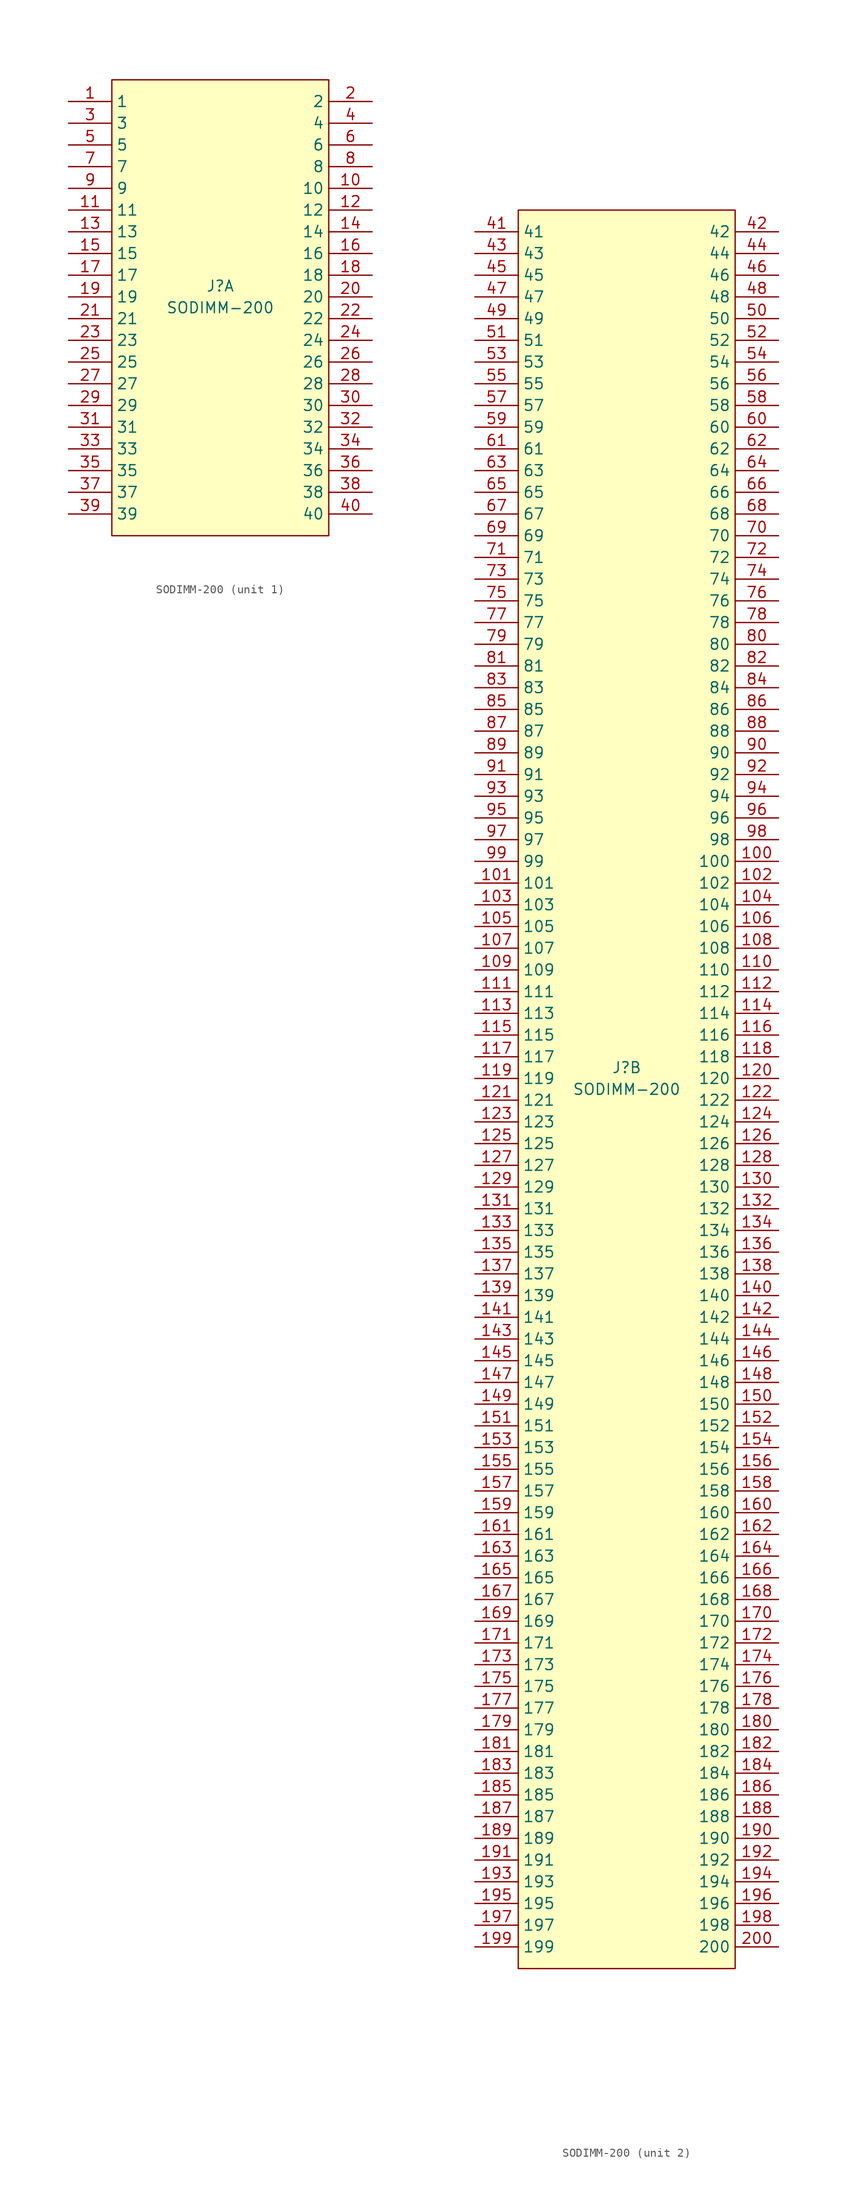
<source format=kicad_sym>
(kicad_symbol_lib
  (version 20220914)
  (generator kicad_symbol_editor)
  (symbol "SODIMM-200"
    (property "Reference" "J"
      (at 0 1.27 0)
      (effects (font (size 1.27 1.27))))
    (property "Value" "SODIMM-200"
      (at 0 -1.27 0)
      (effects (font (size 1.27 1.27))))
    (property "ki_locked" ""
      (at 0 0 0)
      (effects (font (size 1.27 1.27))))
    (symbol "SODIMM-200_1_1"
      (rectangle (start -12.7 25.4) (end 12.7 -27.94) (stroke (width 0) (type solid)) (fill (type background)))
      (pin passive line (at -17.78 22.86 0) (length 5.08) (name "1" (effects (font (size 1.27 1.27)))) (number "1" (effects (font (size 1.27 1.27)))))
      (pin passive line (at 17.78 12.7 180) (length 5.08) (name "10" (effects (font (size 1.27 1.27)))) (number "10" (effects (font (size 1.27 1.27)))))
      (pin passive line (at -17.78 10.16 0) (length 5.08) (name "11" (effects (font (size 1.27 1.27)))) (number "11" (effects (font (size 1.27 1.27)))))
      (pin passive line (at 17.78 10.16 180) (length 5.08) (name "12" (effects (font (size 1.27 1.27)))) (number "12" (effects (font (size 1.27 1.27)))))
      (pin passive line (at -17.78 7.62 0) (length 5.08) (name "13" (effects (font (size 1.27 1.27)))) (number "13" (effects (font (size 1.27 1.27)))))
      (pin passive line (at 17.78 7.62 180) (length 5.08) (name "14" (effects (font (size 1.27 1.27)))) (number "14" (effects (font (size 1.27 1.27)))))
      (pin passive line (at -17.78 5.08 0) (length 5.08) (name "15" (effects (font (size 1.27 1.27)))) (number "15" (effects (font (size 1.27 1.27)))))
      (pin passive line (at 17.78 5.08 180) (length 5.08) (name "16" (effects (font (size 1.27 1.27)))) (number "16" (effects (font (size 1.27 1.27)))))
      (pin passive line (at -17.78 2.54 0) (length 5.08) (name "17" (effects (font (size 1.27 1.27)))) (number "17" (effects (font (size 1.27 1.27)))))
      (pin passive line (at 17.78 2.54 180) (length 5.08) (name "18" (effects (font (size 1.27 1.27)))) (number "18" (effects (font (size 1.27 1.27)))))
      (pin passive line (at -17.78 0 0) (length 5.08) (name "19" (effects (font (size 1.27 1.27)))) (number "19" (effects (font (size 1.27 1.27)))))
      (pin passive line (at 17.78 22.86 180) (length 5.08) (name "2" (effects (font (size 1.27 1.27)))) (number "2" (effects (font (size 1.27 1.27)))))
      (pin passive line (at 17.78 0 180) (length 5.08) (name "20" (effects (font (size 1.27 1.27)))) (number "20" (effects (font (size 1.27 1.27)))))
      (pin passive line (at -17.78 -2.54 0) (length 5.08) (name "21" (effects (font (size 1.27 1.27)))) (number "21" (effects (font (size 1.27 1.27)))))
      (pin passive line (at 17.78 -2.54 180) (length 5.08) (name "22" (effects (font (size 1.27 1.27)))) (number "22" (effects (font (size 1.27 1.27)))))
      (pin passive line (at -17.78 -5.08 0) (length 5.08) (name "23" (effects (font (size 1.27 1.27)))) (number "23" (effects (font (size 1.27 1.27)))))
      (pin passive line (at 17.78 -5.08 180) (length 5.08) (name "24" (effects (font (size 1.27 1.27)))) (number "24" (effects (font (size 1.27 1.27)))))
      (pin passive line (at -17.78 -7.62 0) (length 5.08) (name "25" (effects (font (size 1.27 1.27)))) (number "25" (effects (font (size 1.27 1.27)))))
      (pin passive line (at 17.78 -7.62 180) (length 5.08) (name "26" (effects (font (size 1.27 1.27)))) (number "26" (effects (font (size 1.27 1.27)))))
      (pin passive line (at -17.78 -10.16 0) (length 5.08) (name "27" (effects (font (size 1.27 1.27)))) (number "27" (effects (font (size 1.27 1.27)))))
      (pin passive line (at 17.78 -10.16 180) (length 5.08) (name "28" (effects (font (size 1.27 1.27)))) (number "28" (effects (font (size 1.27 1.27)))))
      (pin passive line (at -17.78 -12.7 0) (length 5.08) (name "29" (effects (font (size 1.27 1.27)))) (number "29" (effects (font (size 1.27 1.27)))))
      (pin passive line (at -17.78 20.32 0) (length 5.08) (name "3" (effects (font (size 1.27 1.27)))) (number "3" (effects (font (size 1.27 1.27)))))
      (pin passive line (at 17.78 -12.7 180) (length 5.08) (name "30" (effects (font (size 1.27 1.27)))) (number "30" (effects (font (size 1.27 1.27)))))
      (pin passive line (at -17.78 -15.24 0) (length 5.08) (name "31" (effects (font (size 1.27 1.27)))) (number "31" (effects (font (size 1.27 1.27)))))
      (pin passive line (at 17.78 -15.24 180) (length 5.08) (name "32" (effects (font (size 1.27 1.27)))) (number "32" (effects (font (size 1.27 1.27)))))
      (pin passive line (at -17.78 -17.78 0) (length 5.08) (name "33" (effects (font (size 1.27 1.27)))) (number "33" (effects (font (size 1.27 1.27)))))
      (pin passive line (at 17.78 -17.78 180) (length 5.08) (name "34" (effects (font (size 1.27 1.27)))) (number "34" (effects (font (size 1.27 1.27)))))
      (pin passive line (at -17.78 -20.32 0) (length 5.08) (name "35" (effects (font (size 1.27 1.27)))) (number "35" (effects (font (size 1.27 1.27)))))
      (pin passive line (at 17.78 -20.32 180) (length 5.08) (name "36" (effects (font (size 1.27 1.27)))) (number "36" (effects (font (size 1.27 1.27)))))
      (pin passive line (at -17.78 -22.86 0) (length 5.08) (name "37" (effects (font (size 1.27 1.27)))) (number "37" (effects (font (size 1.27 1.27)))))
      (pin passive line (at 17.78 -22.86 180) (length 5.08) (name "38" (effects (font (size 1.27 1.27)))) (number "38" (effects (font (size 1.27 1.27)))))
      (pin passive line (at -17.78 -25.4 0) (length 5.08) (name "39" (effects (font (size 1.27 1.27)))) (number "39" (effects (font (size 1.27 1.27)))))
      (pin passive line (at 17.78 20.32 180) (length 5.08) (name "4" (effects (font (size 1.27 1.27)))) (number "4" (effects (font (size 1.27 1.27)))))
      (pin passive line (at 17.78 -25.4 180) (length 5.08) (name "40" (effects (font (size 1.27 1.27)))) (number "40" (effects (font (size 1.27 1.27)))))
      (pin passive line (at -17.78 17.78 0) (length 5.08) (name "5" (effects (font (size 1.27 1.27)))) (number "5" (effects (font (size 1.27 1.27)))))
      (pin passive line (at 17.78 17.78 180) (length 5.08) (name "6" (effects (font (size 1.27 1.27)))) (number "6" (effects (font (size 1.27 1.27)))))
      (pin passive line (at -17.78 15.24 0) (length 5.08) (name "7" (effects (font (size 1.27 1.27)))) (number "7" (effects (font (size 1.27 1.27)))))
      (pin passive line (at 17.78 15.24 180) (length 5.08) (name "8" (effects (font (size 1.27 1.27)))) (number "8" (effects (font (size 1.27 1.27)))))
      (pin passive line (at -17.78 12.7 0) (length 5.08) (name "9" (effects (font (size 1.27 1.27)))) (number "9" (effects (font (size 1.27 1.27))))))
    (symbol "SODIMM-200_2_1"
      (rectangle (start -12.7 -104.14) (end 12.7 101.6) (stroke (width 0) (type solid)) (fill (type background)))
      (pin passive line (at 17.78 25.4 180) (length 5.08) (name "100" (effects (font (size 1.27 1.27)))) (number "100" (effects (font (size 1.27 1.27)))))
      (pin passive line (at -17.78 22.86 0) (length 5.08) (name "101" (effects (font (size 1.27 1.27)))) (number "101" (effects (font (size 1.27 1.27)))))
      (pin passive line (at 17.78 22.86 180) (length 5.08) (name "102" (effects (font (size 1.27 1.27)))) (number "102" (effects (font (size 1.27 1.27)))))
      (pin passive line (at -17.78 20.32 0) (length 5.08) (name "103" (effects (font (size 1.27 1.27)))) (number "103" (effects (font (size 1.27 1.27)))))
      (pin passive line (at 17.78 20.32 180) (length 5.08) (name "104" (effects (font (size 1.27 1.27)))) (number "104" (effects (font (size 1.27 1.27)))))
      (pin passive line (at -17.78 17.78 0) (length 5.08) (name "105" (effects (font (size 1.27 1.27)))) (number "105" (effects (font (size 1.27 1.27)))))
      (pin passive line (at 17.78 17.78 180) (length 5.08) (name "106" (effects (font (size 1.27 1.27)))) (number "106" (effects (font (size 1.27 1.27)))))
      (pin passive line (at -17.78 15.24 0) (length 5.08) (name "107" (effects (font (size 1.27 1.27)))) (number "107" (effects (font (size 1.27 1.27)))))
      (pin passive line (at 17.78 15.24 180) (length 5.08) (name "108" (effects (font (size 1.27 1.27)))) (number "108" (effects (font (size 1.27 1.27)))))
      (pin passive line (at -17.78 12.7 0) (length 5.08) (name "109" (effects (font (size 1.27 1.27)))) (number "109" (effects (font (size 1.27 1.27)))))
      (pin passive line (at 17.78 12.7 180) (length 5.08) (name "110" (effects (font (size 1.27 1.27)))) (number "110" (effects (font (size 1.27 1.27)))))
      (pin passive line (at -17.78 10.16 0) (length 5.08) (name "111" (effects (font (size 1.27 1.27)))) (number "111" (effects (font (size 1.27 1.27)))))
      (pin passive line (at 17.78 10.16 180) (length 5.08) (name "112" (effects (font (size 1.27 1.27)))) (number "112" (effects (font (size 1.27 1.27)))))
      (pin passive line (at -17.78 7.62 0) (length 5.08) (name "113" (effects (font (size 1.27 1.27)))) (number "113" (effects (font (size 1.27 1.27)))))
      (pin passive line (at 17.78 7.62 180) (length 5.08) (name "114" (effects (font (size 1.27 1.27)))) (number "114" (effects (font (size 1.27 1.27)))))
      (pin passive line (at -17.78 5.08 0) (length 5.08) (name "115" (effects (font (size 1.27 1.27)))) (number "115" (effects (font (size 1.27 1.27)))))
      (pin passive line (at 17.78 5.08 180) (length 5.08) (name "116" (effects (font (size 1.27 1.27)))) (number "116" (effects (font (size 1.27 1.27)))))
      (pin passive line (at -17.78 2.54 0) (length 5.08) (name "117" (effects (font (size 1.27 1.27)))) (number "117" (effects (font (size 1.27 1.27)))))
      (pin passive line (at 17.78 2.54 180) (length 5.08) (name "118" (effects (font (size 1.27 1.27)))) (number "118" (effects (font (size 1.27 1.27)))))
      (pin passive line (at -17.78 0 0) (length 5.08) (name "119" (effects (font (size 1.27 1.27)))) (number "119" (effects (font (size 1.27 1.27)))))
      (pin passive line (at 17.78 0 180) (length 5.08) (name "120" (effects (font (size 1.27 1.27)))) (number "120" (effects (font (size 1.27 1.27)))))
      (pin passive line (at -17.78 -2.54 0) (length 5.08) (name "121" (effects (font (size 1.27 1.27)))) (number "121" (effects (font (size 1.27 1.27)))))
      (pin passive line (at 17.78 -2.54 180) (length 5.08) (name "122" (effects (font (size 1.27 1.27)))) (number "122" (effects (font (size 1.27 1.27)))))
      (pin passive line (at -17.78 -5.08 0) (length 5.08) (name "123" (effects (font (size 1.27 1.27)))) (number "123" (effects (font (size 1.27 1.27)))))
      (pin passive line (at 17.78 -5.08 180) (length 5.08) (name "124" (effects (font (size 1.27 1.27)))) (number "124" (effects (font (size 1.27 1.27)))))
      (pin passive line (at -17.78 -7.62 0) (length 5.08) (name "125" (effects (font (size 1.27 1.27)))) (number "125" (effects (font (size 1.27 1.27)))))
      (pin passive line (at 17.78 -7.62 180) (length 5.08) (name "126" (effects (font (size 1.27 1.27)))) (number "126" (effects (font (size 1.27 1.27)))))
      (pin passive line (at -17.78 -10.16 0) (length 5.08) (name "127" (effects (font (size 1.27 1.27)))) (number "127" (effects (font (size 1.27 1.27)))))
      (pin passive line (at 17.78 -10.16 180) (length 5.08) (name "128" (effects (font (size 1.27 1.27)))) (number "128" (effects (font (size 1.27 1.27)))))
      (pin passive line (at -17.78 -12.7 0) (length 5.08) (name "129" (effects (font (size 1.27 1.27)))) (number "129" (effects (font (size 1.27 1.27)))))
      (pin passive line (at 17.78 -12.7 180) (length 5.08) (name "130" (effects (font (size 1.27 1.27)))) (number "130" (effects (font (size 1.27 1.27)))))
      (pin passive line (at -17.78 -15.24 0) (length 5.08) (name "131" (effects (font (size 1.27 1.27)))) (number "131" (effects (font (size 1.27 1.27)))))
      (pin passive line (at 17.78 -15.24 180) (length 5.08) (name "132" (effects (font (size 1.27 1.27)))) (number "132" (effects (font (size 1.27 1.27)))))
      (pin passive line (at -17.78 -17.78 0) (length 5.08) (name "133" (effects (font (size 1.27 1.27)))) (number "133" (effects (font (size 1.27 1.27)))))
      (pin passive line (at 17.78 -17.78 180) (length 5.08) (name "134" (effects (font (size 1.27 1.27)))) (number "134" (effects (font (size 1.27 1.27)))))
      (pin passive line (at -17.78 -20.32 0) (length 5.08) (name "135" (effects (font (size 1.27 1.27)))) (number "135" (effects (font (size 1.27 1.27)))))
      (pin passive line (at 17.78 -20.32 180) (length 5.08) (name "136" (effects (font (size 1.27 1.27)))) (number "136" (effects (font (size 1.27 1.27)))))
      (pin passive line (at -17.78 -22.86 0) (length 5.08) (name "137" (effects (font (size 1.27 1.27)))) (number "137" (effects (font (size 1.27 1.27)))))
      (pin passive line (at 17.78 -22.86 180) (length 5.08) (name "138" (effects (font (size 1.27 1.27)))) (number "138" (effects (font (size 1.27 1.27)))))
      (pin passive line (at -17.78 -25.4 0) (length 5.08) (name "139" (effects (font (size 1.27 1.27)))) (number "139" (effects (font (size 1.27 1.27)))))
      (pin passive line (at 17.78 -25.4 180) (length 5.08) (name "140" (effects (font (size 1.27 1.27)))) (number "140" (effects (font (size 1.27 1.27)))))
      (pin passive line (at -17.78 -27.94 0) (length 5.08) (name "141" (effects (font (size 1.27 1.27)))) (number "141" (effects (font (size 1.27 1.27)))))
      (pin passive line (at 17.78 -27.94 180) (length 5.08) (name "142" (effects (font (size 1.27 1.27)))) (number "142" (effects (font (size 1.27 1.27)))))
      (pin passive line (at -17.78 -30.48 0) (length 5.08) (name "143" (effects (font (size 1.27 1.27)))) (number "143" (effects (font (size 1.27 1.27)))))
      (pin passive line (at 17.78 -30.48 180) (length 5.08) (name "144" (effects (font (size 1.27 1.27)))) (number "144" (effects (font (size 1.27 1.27)))))
      (pin passive line (at -17.78 -33.02 0) (length 5.08) (name "145" (effects (font (size 1.27 1.27)))) (number "145" (effects (font (size 1.27 1.27)))))
      (pin passive line (at 17.78 -33.02 180) (length 5.08) (name "146" (effects (font (size 1.27 1.27)))) (number "146" (effects (font (size 1.27 1.27)))))
      (pin passive line (at -17.78 -35.56 0) (length 5.08) (name "147" (effects (font (size 1.27 1.27)))) (number "147" (effects (font (size 1.27 1.27)))))
      (pin passive line (at 17.78 -35.56 180) (length 5.08) (name "148" (effects (font (size 1.27 1.27)))) (number "148" (effects (font (size 1.27 1.27)))))
      (pin passive line (at -17.78 -38.1 0) (length 5.08) (name "149" (effects (font (size 1.27 1.27)))) (number "149" (effects (font (size 1.27 1.27)))))
      (pin passive line (at 17.78 -38.1 180) (length 5.08) (name "150" (effects (font (size 1.27 1.27)))) (number "150" (effects (font (size 1.27 1.27)))))
      (pin passive line (at -17.78 -40.64 0) (length 5.08) (name "151" (effects (font (size 1.27 1.27)))) (number "151" (effects (font (size 1.27 1.27)))))
      (pin passive line (at 17.78 -40.64 180) (length 5.08) (name "152" (effects (font (size 1.27 1.27)))) (number "152" (effects (font (size 1.27 1.27)))))
      (pin passive line (at -17.78 -43.18 0) (length 5.08) (name "153" (effects (font (size 1.27 1.27)))) (number "153" (effects (font (size 1.27 1.27)))))
      (pin passive line (at 17.78 -43.18 180) (length 5.08) (name "154" (effects (font (size 1.27 1.27)))) (number "154" (effects (font (size 1.27 1.27)))))
      (pin passive line (at -17.78 -45.72 0) (length 5.08) (name "155" (effects (font (size 1.27 1.27)))) (number "155" (effects (font (size 1.27 1.27)))))
      (pin passive line (at 17.78 -45.72 180) (length 5.08) (name "156" (effects (font (size 1.27 1.27)))) (number "156" (effects (font (size 1.27 1.27)))))
      (pin passive line (at -17.78 -48.26 0) (length 5.08) (name "157" (effects (font (size 1.27 1.27)))) (number "157" (effects (font (size 1.27 1.27)))))
      (pin passive line (at 17.78 -48.26 180) (length 5.08) (name "158" (effects (font (size 1.27 1.27)))) (number "158" (effects (font (size 1.27 1.27)))))
      (pin passive line (at -17.78 -50.8 0) (length 5.08) (name "159" (effects (font (size 1.27 1.27)))) (number "159" (effects (font (size 1.27 1.27)))))
      (pin passive line (at 17.78 -50.8 180) (length 5.08) (name "160" (effects (font (size 1.27 1.27)))) (number "160" (effects (font (size 1.27 1.27)))))
      (pin passive line (at -17.78 -53.34 0) (length 5.08) (name "161" (effects (font (size 1.27 1.27)))) (number "161" (effects (font (size 1.27 1.27)))))
      (pin passive line (at 17.78 -53.34 180) (length 5.08) (name "162" (effects (font (size 1.27 1.27)))) (number "162" (effects (font (size 1.27 1.27)))))
      (pin passive line (at -17.78 -55.88 0) (length 5.08) (name "163" (effects (font (size 1.27 1.27)))) (number "163" (effects (font (size 1.27 1.27)))))
      (pin passive line (at 17.78 -55.88 180) (length 5.08) (name "164" (effects (font (size 1.27 1.27)))) (number "164" (effects (font (size 1.27 1.27)))))
      (pin passive line (at -17.78 -58.42 0) (length 5.08) (name "165" (effects (font (size 1.27 1.27)))) (number "165" (effects (font (size 1.27 1.27)))))
      (pin passive line (at 17.78 -58.42 180) (length 5.08) (name "166" (effects (font (size 1.27 1.27)))) (number "166" (effects (font (size 1.27 1.27)))))
      (pin passive line (at -17.78 -60.96 0) (length 5.08) (name "167" (effects (font (size 1.27 1.27)))) (number "167" (effects (font (size 1.27 1.27)))))
      (pin passive line (at 17.78 -60.96 180) (length 5.08) (name "168" (effects (font (size 1.27 1.27)))) (number "168" (effects (font (size 1.27 1.27)))))
      (pin passive line (at -17.78 -63.5 0) (length 5.08) (name "169" (effects (font (size 1.27 1.27)))) (number "169" (effects (font (size 1.27 1.27)))))
      (pin passive line (at 17.78 -63.5 180) (length 5.08) (name "170" (effects (font (size 1.27 1.27)))) (number "170" (effects (font (size 1.27 1.27)))))
      (pin passive line (at -17.78 -66.04 0) (length 5.08) (name "171" (effects (font (size 1.27 1.27)))) (number "171" (effects (font (size 1.27 1.27)))))
      (pin passive line (at 17.78 -66.04 180) (length 5.08) (name "172" (effects (font (size 1.27 1.27)))) (number "172" (effects (font (size 1.27 1.27)))))
      (pin passive line (at -17.78 -68.58 0) (length 5.08) (name "173" (effects (font (size 1.27 1.27)))) (number "173" (effects (font (size 1.27 1.27)))))
      (pin passive line (at 17.78 -68.58 180) (length 5.08) (name "174" (effects (font (size 1.27 1.27)))) (number "174" (effects (font (size 1.27 1.27)))))
      (pin passive line (at -17.78 -71.12 0) (length 5.08) (name "175" (effects (font (size 1.27 1.27)))) (number "175" (effects (font (size 1.27 1.27)))))
      (pin passive line (at 17.78 -71.12 180) (length 5.08) (name "176" (effects (font (size 1.27 1.27)))) (number "176" (effects (font (size 1.27 1.27)))))
      (pin passive line (at -17.78 -73.66 0) (length 5.08) (name "177" (effects (font (size 1.27 1.27)))) (number "177" (effects (font (size 1.27 1.27)))))
      (pin passive line (at 17.78 -73.66 180) (length 5.08) (name "178" (effects (font (size 1.27 1.27)))) (number "178" (effects (font (size 1.27 1.27)))))
      (pin passive line (at -17.78 -76.2 0) (length 5.08) (name "179" (effects (font (size 1.27 1.27)))) (number "179" (effects (font (size 1.27 1.27)))))
      (pin passive line (at 17.78 -76.2 180) (length 5.08) (name "180" (effects (font (size 1.27 1.27)))) (number "180" (effects (font (size 1.27 1.27)))))
      (pin passive line (at -17.78 -78.74 0) (length 5.08) (name "181" (effects (font (size 1.27 1.27)))) (number "181" (effects (font (size 1.27 1.27)))))
      (pin passive line (at 17.78 -78.74 180) (length 5.08) (name "182" (effects (font (size 1.27 1.27)))) (number "182" (effects (font (size 1.27 1.27)))))
      (pin passive line (at -17.78 -81.28 0) (length 5.08) (name "183" (effects (font (size 1.27 1.27)))) (number "183" (effects (font (size 1.27 1.27)))))
      (pin passive line (at 17.78 -81.28 180) (length 5.08) (name "184" (effects (font (size 1.27 1.27)))) (number "184" (effects (font (size 1.27 1.27)))))
      (pin passive line (at -17.78 -83.82 0) (length 5.08) (name "185" (effects (font (size 1.27 1.27)))) (number "185" (effects (font (size 1.27 1.27)))))
      (pin passive line (at 17.78 -83.82 180) (length 5.08) (name "186" (effects (font (size 1.27 1.27)))) (number "186" (effects (font (size 1.27 1.27)))))
      (pin passive line (at -17.78 -86.36 0) (length 5.08) (name "187" (effects (font (size 1.27 1.27)))) (number "187" (effects (font (size 1.27 1.27)))))
      (pin passive line (at 17.78 -86.36 180) (length 5.08) (name "188" (effects (font (size 1.27 1.27)))) (number "188" (effects (font (size 1.27 1.27)))))
      (pin passive line (at -17.78 -88.9 0) (length 5.08) (name "189" (effects (font (size 1.27 1.27)))) (number "189" (effects (font (size 1.27 1.27)))))
      (pin passive line (at 17.78 -88.9 180) (length 5.08) (name "190" (effects (font (size 1.27 1.27)))) (number "190" (effects (font (size 1.27 1.27)))))
      (pin passive line (at -17.78 -91.44 0) (length 5.08) (name "191" (effects (font (size 1.27 1.27)))) (number "191" (effects (font (size 1.27 1.27)))))
      (pin passive line (at 17.78 -91.44 180) (length 5.08) (name "192" (effects (font (size 1.27 1.27)))) (number "192" (effects (font (size 1.27 1.27)))))
      (pin passive line (at -17.78 -93.98 0) (length 5.08) (name "193" (effects (font (size 1.27 1.27)))) (number "193" (effects (font (size 1.27 1.27)))))
      (pin passive line (at 17.78 -93.98 180) (length 5.08) (name "194" (effects (font (size 1.27 1.27)))) (number "194" (effects (font (size 1.27 1.27)))))
      (pin passive line (at -17.78 -96.52 0) (length 5.08) (name "195" (effects (font (size 1.27 1.27)))) (number "195" (effects (font (size 1.27 1.27)))))
      (pin passive line (at 17.78 -96.52 180) (length 5.08) (name "196" (effects (font (size 1.27 1.27)))) (number "196" (effects (font (size 1.27 1.27)))))
      (pin passive line (at -17.78 -99.06 0) (length 5.08) (name "197" (effects (font (size 1.27 1.27)))) (number "197" (effects (font (size 1.27 1.27)))))
      (pin passive line (at 17.78 -99.06 180) (length 5.08) (name "198" (effects (font (size 1.27 1.27)))) (number "198" (effects (font (size 1.27 1.27)))))
      (pin passive line (at -17.78 -101.6 0) (length 5.08) (name "199" (effects (font (size 1.27 1.27)))) (number "199" (effects (font (size 1.27 1.27)))))
      (pin passive line (at 17.78 -101.6 180) (length 5.08) (name "200" (effects (font (size 1.27 1.27)))) (number "200" (effects (font (size 1.27 1.27)))))
      (pin passive line (at -17.78 99.06 0) (length 5.08) (name "41" (effects (font (size 1.27 1.27)))) (number "41" (effects (font (size 1.27 1.27)))))
      (pin passive line (at 17.78 99.06 180) (length 5.08) (name "42" (effects (font (size 1.27 1.27)))) (number "42" (effects (font (size 1.27 1.27)))))
      (pin passive line (at -17.78 96.52 0) (length 5.08) (name "43" (effects (font (size 1.27 1.27)))) (number "43" (effects (font (size 1.27 1.27)))))
      (pin passive line (at 17.78 96.52 180) (length 5.08) (name "44" (effects (font (size 1.27 1.27)))) (number "44" (effects (font (size 1.27 1.27)))))
      (pin passive line (at -17.78 93.98 0) (length 5.08) (name "45" (effects (font (size 1.27 1.27)))) (number "45" (effects (font (size 1.27 1.27)))))
      (pin passive line (at 17.78 93.98 180) (length 5.08) (name "46" (effects (font (size 1.27 1.27)))) (number "46" (effects (font (size 1.27 1.27)))))
      (pin passive line (at -17.78 91.44 0) (length 5.08) (name "47" (effects (font (size 1.27 1.27)))) (number "47" (effects (font (size 1.27 1.27)))))
      (pin passive line (at 17.78 91.44 180) (length 5.08) (name "48" (effects (font (size 1.27 1.27)))) (number "48" (effects (font (size 1.27 1.27)))))
      (pin passive line (at -17.78 88.9 0) (length 5.08) (name "49" (effects (font (size 1.27 1.27)))) (number "49" (effects (font (size 1.27 1.27)))))
      (pin passive line (at 17.78 88.9 180) (length 5.08) (name "50" (effects (font (size 1.27 1.27)))) (number "50" (effects (font (size 1.27 1.27)))))
      (pin passive line (at -17.78 86.36 0) (length 5.08) (name "51" (effects (font (size 1.27 1.27)))) (number "51" (effects (font (size 1.27 1.27)))))
      (pin passive line (at 17.78 86.36 180) (length 5.08) (name "52" (effects (font (size 1.27 1.27)))) (number "52" (effects (font (size 1.27 1.27)))))
      (pin passive line (at -17.78 83.82 0) (length 5.08) (name "53" (effects (font (size 1.27 1.27)))) (number "53" (effects (font (size 1.27 1.27)))))
      (pin passive line (at 17.78 83.82 180) (length 5.08) (name "54" (effects (font (size 1.27 1.27)))) (number "54" (effects (font (size 1.27 1.27)))))
      (pin passive line (at -17.78 81.28 0) (length 5.08) (name "55" (effects (font (size 1.27 1.27)))) (number "55" (effects (font (size 1.27 1.27)))))
      (pin passive line (at 17.78 81.28 180) (length 5.08) (name "56" (effects (font (size 1.27 1.27)))) (number "56" (effects (font (size 1.27 1.27)))))
      (pin passive line (at -17.78 78.74 0) (length 5.08) (name "57" (effects (font (size 1.27 1.27)))) (number "57" (effects (font (size 1.27 1.27)))))
      (pin passive line (at 17.78 78.74 180) (length 5.08) (name "58" (effects (font (size 1.27 1.27)))) (number "58" (effects (font (size 1.27 1.27)))))
      (pin passive line (at -17.78 76.2 0) (length 5.08) (name "59" (effects (font (size 1.27 1.27)))) (number "59" (effects (font (size 1.27 1.27)))))
      (pin passive line (at 17.78 76.2 180) (length 5.08) (name "60" (effects (font (size 1.27 1.27)))) (number "60" (effects (font (size 1.27 1.27)))))
      (pin passive line (at -17.78 73.66 0) (length 5.08) (name "61" (effects (font (size 1.27 1.27)))) (number "61" (effects (font (size 1.27 1.27)))))
      (pin passive line (at 17.78 73.66 180) (length 5.08) (name "62" (effects (font (size 1.27 1.27)))) (number "62" (effects (font (size 1.27 1.27)))))
      (pin passive line (at -17.78 71.12 0) (length 5.08) (name "63" (effects (font (size 1.27 1.27)))) (number "63" (effects (font (size 1.27 1.27)))))
      (pin passive line (at 17.78 71.12 180) (length 5.08) (name "64" (effects (font (size 1.27 1.27)))) (number "64" (effects (font (size 1.27 1.27)))))
      (pin passive line (at -17.78 68.58 0) (length 5.08) (name "65" (effects (font (size 1.27 1.27)))) (number "65" (effects (font (size 1.27 1.27)))))
      (pin passive line (at 17.78 68.58 180) (length 5.08) (name "66" (effects (font (size 1.27 1.27)))) (number "66" (effects (font (size 1.27 1.27)))))
      (pin passive line (at -17.78 66.04 0) (length 5.08) (name "67" (effects (font (size 1.27 1.27)))) (number "67" (effects (font (size 1.27 1.27)))))
      (pin passive line (at 17.78 66.04 180) (length 5.08) (name "68" (effects (font (size 1.27 1.27)))) (number "68" (effects (font (size 1.27 1.27)))))
      (pin passive line (at -17.78 63.5 0) (length 5.08) (name "69" (effects (font (size 1.27 1.27)))) (number "69" (effects (font (size 1.27 1.27)))))
      (pin passive line (at 17.78 63.5 180) (length 5.08) (name "70" (effects (font (size 1.27 1.27)))) (number "70" (effects (font (size 1.27 1.27)))))
      (pin passive line (at -17.78 60.96 0) (length 5.08) (name "71" (effects (font (size 1.27 1.27)))) (number "71" (effects (font (size 1.27 1.27)))))
      (pin passive line (at 17.78 60.96 180) (length 5.08) (name "72" (effects (font (size 1.27 1.27)))) (number "72" (effects (font (size 1.27 1.27)))))
      (pin passive line (at -17.78 58.42 0) (length 5.08) (name "73" (effects (font (size 1.27 1.27)))) (number "73" (effects (font (size 1.27 1.27)))))
      (pin passive line (at 17.78 58.42 180) (length 5.08) (name "74" (effects (font (size 1.27 1.27)))) (number "74" (effects (font (size 1.27 1.27)))))
      (pin passive line (at -17.78 55.88 0) (length 5.08) (name "75" (effects (font (size 1.27 1.27)))) (number "75" (effects (font (size 1.27 1.27)))))
      (pin passive line (at 17.78 55.88 180) (length 5.08) (name "76" (effects (font (size 1.27 1.27)))) (number "76" (effects (font (size 1.27 1.27)))))
      (pin passive line (at -17.78 53.34 0) (length 5.08) (name "77" (effects (font (size 1.27 1.27)))) (number "77" (effects (font (size 1.27 1.27)))))
      (pin passive line (at 17.78 53.34 180) (length 5.08) (name "78" (effects (font (size 1.27 1.27)))) (number "78" (effects (font (size 1.27 1.27)))))
      (pin passive line (at -17.78 50.8 0) (length 5.08) (name "79" (effects (font (size 1.27 1.27)))) (number "79" (effects (font (size 1.27 1.27)))))
      (pin passive line (at 17.78 50.8 180) (length 5.08) (name "80" (effects (font (size 1.27 1.27)))) (number "80" (effects (font (size 1.27 1.27)))))
      (pin passive line (at -17.78 48.26 0) (length 5.08) (name "81" (effects (font (size 1.27 1.27)))) (number "81" (effects (font (size 1.27 1.27)))))
      (pin passive line (at 17.78 48.26 180) (length 5.08) (name "82" (effects (font (size 1.27 1.27)))) (number "82" (effects (font (size 1.27 1.27)))))
      (pin passive line (at -17.78 45.72 0) (length 5.08) (name "83" (effects (font (size 1.27 1.27)))) (number "83" (effects (font (size 1.27 1.27)))))
      (pin passive line (at 17.78 45.72 180) (length 5.08) (name "84" (effects (font (size 1.27 1.27)))) (number "84" (effects (font (size 1.27 1.27)))))
      (pin passive line (at -17.78 43.18 0) (length 5.08) (name "85" (effects (font (size 1.27 1.27)))) (number "85" (effects (font (size 1.27 1.27)))))
      (pin passive line (at 17.78 43.18 180) (length 5.08) (name "86" (effects (font (size 1.27 1.27)))) (number "86" (effects (font (size 1.27 1.27)))))
      (pin passive line (at -17.78 40.64 0) (length 5.08) (name "87" (effects (font (size 1.27 1.27)))) (number "87" (effects (font (size 1.27 1.27)))))
      (pin passive line (at 17.78 40.64 180) (length 5.08) (name "88" (effects (font (size 1.27 1.27)))) (number "88" (effects (font (size 1.27 1.27)))))
      (pin passive line (at -17.78 38.1 0) (length 5.08) (name "89" (effects (font (size 1.27 1.27)))) (number "89" (effects (font (size 1.27 1.27)))))
      (pin passive line (at 17.78 38.1 180) (length 5.08) (name "90" (effects (font (size 1.27 1.27)))) (number "90" (effects (font (size 1.27 1.27)))))
      (pin passive line (at -17.78 35.56 0) (length 5.08) (name "91" (effects (font (size 1.27 1.27)))) (number "91" (effects (font (size 1.27 1.27)))))
      (pin passive line (at 17.78 35.56 180) (length 5.08) (name "92" (effects (font (size 1.27 1.27)))) (number "92" (effects (font (size 1.27 1.27)))))
      (pin passive line (at -17.78 33.02 0) (length 5.08) (name "93" (effects (font (size 1.27 1.27)))) (number "93" (effects (font (size 1.27 1.27)))))
      (pin passive line (at 17.78 33.02 180) (length 5.08) (name "94" (effects (font (size 1.27 1.27)))) (number "94" (effects (font (size 1.27 1.27)))))
      (pin passive line (at -17.78 30.48 0) (length 5.08) (name "95" (effects (font (size 1.27 1.27)))) (number "95" (effects (font (size 1.27 1.27)))))
      (pin passive line (at 17.78 30.48 180) (length 5.08) (name "96" (effects (font (size 1.27 1.27)))) (number "96" (effects (font (size 1.27 1.27)))))
      (pin passive line (at -17.78 27.94 0) (length 5.08) (name "97" (effects (font (size 1.27 1.27)))) (number "97" (effects (font (size 1.27 1.27)))))
      (pin passive line (at 17.78 27.94 180) (length 5.08) (name "98" (effects (font (size 1.27 1.27)))) (number "98" (effects (font (size 1.27 1.27)))))
      (pin passive line (at -17.78 25.4 0) (length 5.08) (name "99" (effects (font (size 1.27 1.27)))) (number "99" (effects (font (size 1.27 1.27))))))))
</source>
